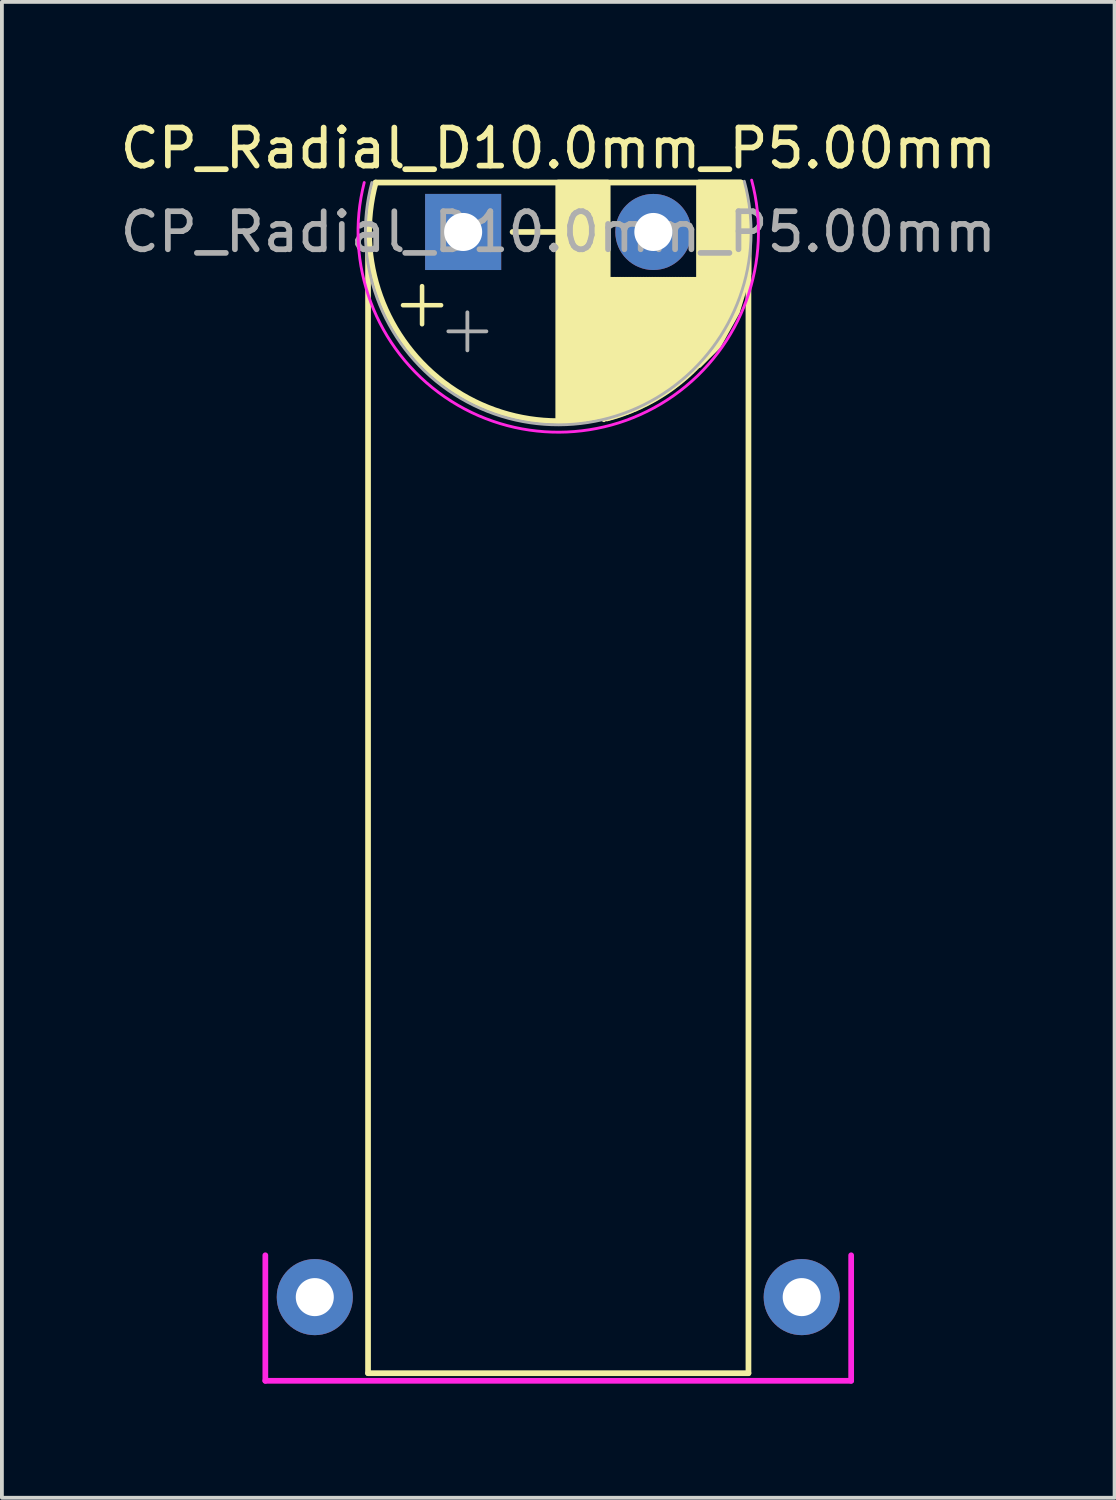
<source format=kicad_pcb>
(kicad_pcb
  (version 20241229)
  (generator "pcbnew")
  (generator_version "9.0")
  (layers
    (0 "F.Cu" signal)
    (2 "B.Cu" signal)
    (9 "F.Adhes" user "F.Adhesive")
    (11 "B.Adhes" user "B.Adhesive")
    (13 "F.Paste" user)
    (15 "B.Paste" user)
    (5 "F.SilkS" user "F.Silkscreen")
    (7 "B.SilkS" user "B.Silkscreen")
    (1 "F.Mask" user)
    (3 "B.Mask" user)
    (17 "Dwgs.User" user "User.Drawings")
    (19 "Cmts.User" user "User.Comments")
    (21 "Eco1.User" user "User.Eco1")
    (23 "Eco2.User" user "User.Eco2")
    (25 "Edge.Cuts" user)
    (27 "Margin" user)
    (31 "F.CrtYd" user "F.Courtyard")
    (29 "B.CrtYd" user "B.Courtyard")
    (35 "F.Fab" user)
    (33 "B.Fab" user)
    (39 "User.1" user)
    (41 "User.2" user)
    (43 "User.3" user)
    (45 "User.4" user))
  (footprint "CP_Radial_D10.0mm_P5.00mm"
    (layer "F.Cu")
    (at 9.125 3.048)
    (property "Reference" "CP_Radial_D10.0mm_P5.00mm" (at 2.5 -2.2 0) (layer "F.SilkS") (effects (font (size 1 1) (thickness 0.15))))
    (attr through_hole)
    (fp_line (start -2.5 0) (end -2.5 30) (stroke (width 0.15) (type solid)) (layer "F.SilkS"))
    (fp_line (start -2.5 30) (end 7.5 30) (stroke (width 0.15) (type solid)) (layer "F.SilkS"))
    (fp_line (start -2.3 -1.3) (end 7.3 -1.3) (stroke (width 0.15) (type solid)) (layer "F.SilkS"))
    (fp_line (start -1.58 1.925) (end -0.58 1.925) (stroke (width 0.12) (type solid)) (layer "F.SilkS"))
    (fp_line (start -1.08 1.425) (end -1.08 2.425) (stroke (width 0.12) (type solid)) (layer "F.SilkS"))
    (fp_line (start 1.3 0) (end 3.7 0) (stroke (width 0.15) (type solid)) (layer "F.SilkS"))
    (fp_line (start 3.7 0) (end 3.701 4.938) (stroke (width 0.12) (type solid)) (layer "F.SilkS"))
    (fp_line (start 3.781 1.241) (end 3.781 4.918) (stroke (width 0.12) (type solid)) (layer "F.SilkS"))
    (fp_line (start 3.821 1.241) (end 3.821 4.907) (stroke (width 0.12) (type solid)) (layer "F.SilkS"))
    (fp_line (start 3.861 1.241) (end 3.861 4.897) (stroke (width 0.12) (type solid)) (layer "F.SilkS"))
    (fp_line (start 3.901 1.241) (end 3.901 4.885) (stroke (width 0.12) (type solid)) (layer "F.SilkS"))
    (fp_line (start 3.941 1.241) (end 3.941 4.874) (stroke (width 0.12) (type solid)) (layer "F.SilkS"))
    (fp_line (start 3.981 1.241) (end 3.981 4.862) (stroke (width 0.12) (type solid)) (layer "F.SilkS"))
    (fp_line (start 4.021 1.241) (end 4.021 4.85) (stroke (width 0.12) (type solid)) (layer "F.SilkS"))
    (fp_line (start 4.061 1.241) (end 4.061 4.837) (stroke (width 0.12) (type solid)) (layer "F.SilkS"))
    (fp_line (start 4.101 1.241) (end 4.101 4.824) (stroke (width 0.12) (type solid)) (layer "F.SilkS"))
    (fp_line (start 4.141 1.241) (end 4.141 4.811) (stroke (width 0.12) (type solid)) (layer "F.SilkS"))
    (fp_line (start 4.181 1.241) (end 4.181 4.797) (stroke (width 0.12) (type solid)) (layer "F.SilkS"))
    (fp_line (start 4.221 1.241) (end 4.221 4.783) (stroke (width 0.12) (type solid)) (layer "F.SilkS"))
    (fp_line (start 4.261 1.241) (end 4.261 4.768) (stroke (width 0.12) (type solid)) (layer "F.SilkS"))
    (fp_line (start 4.301 1.241) (end 4.301 4.754) (stroke (width 0.12) (type solid)) (layer "F.SilkS"))
    (fp_line (start 4.341 1.241) (end 4.341 4.738) (stroke (width 0.12) (type solid)) (layer "F.SilkS"))
    (fp_line (start 4.381 1.241) (end 4.381 4.723) (stroke (width 0.12) (type solid)) (layer "F.SilkS"))
    (fp_line (start 4.421 1.241) (end 4.421 4.707) (stroke (width 0.12) (type solid)) (layer "F.SilkS"))
    (fp_line (start 4.461 1.241) (end 4.461 4.69) (stroke (width 0.12) (type solid)) (layer "F.SilkS"))
    (fp_line (start 4.501 1.241) (end 4.501 4.674) (stroke (width 0.12) (type solid)) (layer "F.SilkS"))
    (fp_line (start 4.541 1.241) (end 4.541 4.657) (stroke (width 0.12) (type solid)) (layer "F.SilkS"))
    (fp_line (start 4.581 1.241) (end 4.581 4.639) (stroke (width 0.12) (type solid)) (layer "F.SilkS"))
    (fp_line (start 4.621 1.241) (end 4.621 4.621) (stroke (width 0.12) (type solid)) (layer "F.SilkS"))
    (fp_line (start 4.661 1.241) (end 4.661 4.603) (stroke (width 0.12) (type solid)) (layer "F.SilkS"))
    (fp_line (start 4.701 1.241) (end 4.701 4.584) (stroke (width 0.12) (type solid)) (layer "F.SilkS"))
    (fp_line (start 4.741 1.241) (end 4.741 4.564) (stroke (width 0.12) (type solid)) (layer "F.SilkS"))
    (fp_line (start 4.781 1.241) (end 4.781 4.545) (stroke (width 0.12) (type solid)) (layer "F.SilkS"))
    (fp_line (start 4.821 1.241) (end 4.821 4.525) (stroke (width 0.12) (type solid)) (layer "F.SilkS"))
    (fp_line (start 4.861 1.241) (end 4.861 4.504) (stroke (width 0.12) (type solid)) (layer "F.SilkS"))
    (fp_line (start 4.901 1.241) (end 4.901 4.483) (stroke (width 0.12) (type solid)) (layer "F.SilkS"))
    (fp_line (start 4.941 1.241) (end 4.941 4.462) (stroke (width 0.12) (type solid)) (layer "F.SilkS"))
    (fp_line (start 4.981 1.241) (end 4.981 4.44) (stroke (width 0.12) (type solid)) (layer "F.SilkS"))
    (fp_line (start 5.021 1.241) (end 5.021 4.417) (stroke (width 0.12) (type solid)) (layer "F.SilkS"))
    (fp_line (start 5.061 1.241) (end 5.061 4.395) (stroke (width 0.12) (type solid)) (layer "F.SilkS"))
    (fp_line (start 5.101 1.241) (end 5.101 4.371) (stroke (width 0.12) (type solid)) (layer "F.SilkS"))
    (fp_line (start 5.141 1.241) (end 5.141 4.347) (stroke (width 0.12) (type solid)) (layer "F.SilkS"))
    (fp_line (start 5.181 1.241) (end 5.181 4.323) (stroke (width 0.12) (type solid)) (layer "F.SilkS"))
    (fp_line (start 5.221 1.241) (end 5.221 4.298) (stroke (width 0.12) (type solid)) (layer "F.SilkS"))
    (fp_line (start 5.261 1.241) (end 5.261 4.273) (stroke (width 0.12) (type solid)) (layer "F.SilkS"))
    (fp_line (start 5.301 1.241) (end 5.301 4.247) (stroke (width 0.12) (type solid)) (layer "F.SilkS"))
    (fp_line (start 5.341 1.241) (end 5.341 4.221) (stroke (width 0.12) (type solid)) (layer "F.SilkS"))
    (fp_line (start 5.381 1.241) (end 5.381 4.194) (stroke (width 0.12) (type solid)) (layer "F.SilkS"))
    (fp_line (start 5.421 1.241) (end 5.421 4.166) (stroke (width 0.12) (type solid)) (layer "F.SilkS"))
    (fp_line (start 5.461 1.241) (end 5.461 4.138) (stroke (width 0.12) (type solid)) (layer "F.SilkS"))
    (fp_line (start 5.501 1.241) (end 5.501 4.11) (stroke (width 0.12) (type solid)) (layer "F.SilkS"))
    (fp_line (start 5.541 1.241) (end 5.541 4.08) (stroke (width 0.12) (type solid)) (layer "F.SilkS"))
    (fp_line (start 5.581 1.241) (end 5.581 4.05) (stroke (width 0.12) (type solid)) (layer "F.SilkS"))
    (fp_line (start 5.621 1.241) (end 5.621 4.02) (stroke (width 0.12) (type solid)) (layer "F.SilkS"))
    (fp_line (start 5.661 1.241) (end 5.661 3.989) (stroke (width 0.12) (type solid)) (layer "F.SilkS"))
    (fp_line (start 5.701 1.241) (end 5.701 3.957) (stroke (width 0.12) (type solid)) (layer "F.SilkS"))
    (fp_line (start 5.741 1.241) (end 5.741 3.925) (stroke (width 0.12) (type solid)) (layer "F.SilkS"))
    (fp_line (start 5.781 1.241) (end 5.781 3.892) (stroke (width 0.12) (type solid)) (layer "F.SilkS"))
    (fp_line (start 5.821 1.241) (end 5.821 3.858) (stroke (width 0.12) (type solid)) (layer "F.SilkS"))
    (fp_line (start 5.861 1.241) (end 5.861 3.824) (stroke (width 0.12) (type solid)) (layer "F.SilkS"))
    (fp_line (start 5.901 1.241) (end 5.901 3.789) (stroke (width 0.12) (type solid)) (layer "F.SilkS"))
    (fp_line (start 5.941 1.241) (end 5.941 3.753) (stroke (width 0.12) (type solid)) (layer "F.SilkS"))
    (fp_line (start 5.981 1.241) (end 5.981 3.716) (stroke (width 0.12) (type solid)) (layer "F.SilkS"))
    (fp_line (start 6.021 1.241) (end 6.021 3.679) (stroke (width 0.12) (type solid)) (layer "F.SilkS"))
    (fp_line (start 6.061 1.241) (end 6.061 3.64) (stroke (width 0.12) (type solid)) (layer "F.SilkS"))
    (fp_line (start 6.101 1.241) (end 6.101 3.601) (stroke (width 0.12) (type solid)) (layer "F.SilkS"))
    (fp_line (start 6.141 1.241) (end 6.141 3.561) (stroke (width 0.12) (type solid)) (layer "F.SilkS"))
    (fp_line (start 6.181 1.241) (end 6.181 3.52) (stroke (width 0.12) (type solid)) (layer "F.SilkS"))
    (fp_line (start 6.221 1.241) (end 6.221 3.478) (stroke (width 0.12) (type solid)) (layer "F.SilkS"))
    (fp_line (start 6.43 -0.01) (end 6.421 3.254) (stroke (width 0.12) (type solid)) (layer "F.SilkS"))
    (fp_line (start 6.45 0) (end 6.461 3.206) (stroke (width 0.12) (type solid)) (layer "F.SilkS"))
    (fp_line (start 6.575 0.025) (end 6.581 3.054) (stroke (width 0.12) (type solid)) (layer "F.SilkS"))
    (fp_line (start 7.5 30) (end 7.5 0) (stroke (width 0.15) (type solid)) (layer "F.SilkS"))
    (fp_arc (start 7.30664 -1.27523) (mid 2.487178 4.97291) (end -2.3 -1.3) (stroke (width 0.15) (type solid)) (layer "F.SilkS"))
    (fp_poly (pts (xy 2.5 -1.3) (xy 2.5 5) (xy 2.8 5) (xy 3.2 4.9) (xy 3.8 4.8) (xy 3.8 -1.3)) (stroke (width 0.15) (type solid)) (fill yes) (layer "F.SilkS"))
    (fp_poly (pts (xy 6.2 3.5) (xy 6.7 3) (xy 7.2 2.1) (xy 7.5 1.1) (xy 7.5 0) (xy 7.4 -0.8) (xy 7.3 -1.3) (xy 6.2 -1.3)) (stroke (width 0.15) (type solid)) (fill yes) (layer "F.SilkS"))
    (fp_line (start -5.2 26.9) (end -5.2 30.2) (stroke (width 0.15) (type solid)) (layer "F.CrtYd"))
    (fp_line (start -5.2 30.2) (end 10.2 30.2) (stroke (width 0.15) (type solid)) (layer "F.CrtYd"))
    (fp_line (start 10.2 30.2) (end 10.2 26.9) (stroke (width 0.15) (type solid)) (layer "F.CrtYd"))
    (fp_arc (start 7.583749 -1.362161) (mid 2.532125 5.26298) (end -2.599999 -1.299999) (stroke (width 0.075) (type solid)) (layer "F.CrtYd"))
    (fp_line (start -0.389 2.612) (end 0.611 2.612) (stroke (width 0.1) (type solid)) (layer "F.Fab"))
    (fp_line (start 0.111 2.112) (end 0.111 3.112) (stroke (width 0.1) (type solid)) (layer "F.Fab"))
    (fp_arc (start 7.391205 -1.332706) (mid 2.516934 5.069488) (end -2.399999 -1.299999) (stroke (width 0.075) (type solid)) (layer "F.Fab"))
    (fp_text user "${REFERENCE}" (at 2.5 0 0) (layer "F.Fab") (effects (font (size 1 1) (thickness 0.15))))
    (pad "1" thru_hole rect (at 0 0) (size 2 2) (drill 1) (layers "*.Cu" "*.Mask"))
    (pad "2" thru_hole circle (at 5 0) (size 2 2) (drill 1) (layers "*.Cu" "*.Mask"))
    (pad "3" thru_hole circle (at -3.9 28) (size 2 2) (drill 1) (layers "*.Cu" "*.Mask"))
    (pad "4" thru_hole circle (at 8.9 28) (size 2 2) (drill 1) (layers "*.Cu" "*.Mask")))
  (gr_rect
    (start -3 -3)
    (end 26.25 36.323)
    (stroke (width 0.1) (type default))
    (fill no)
    (layer "Edge.Cuts")))
</source>
